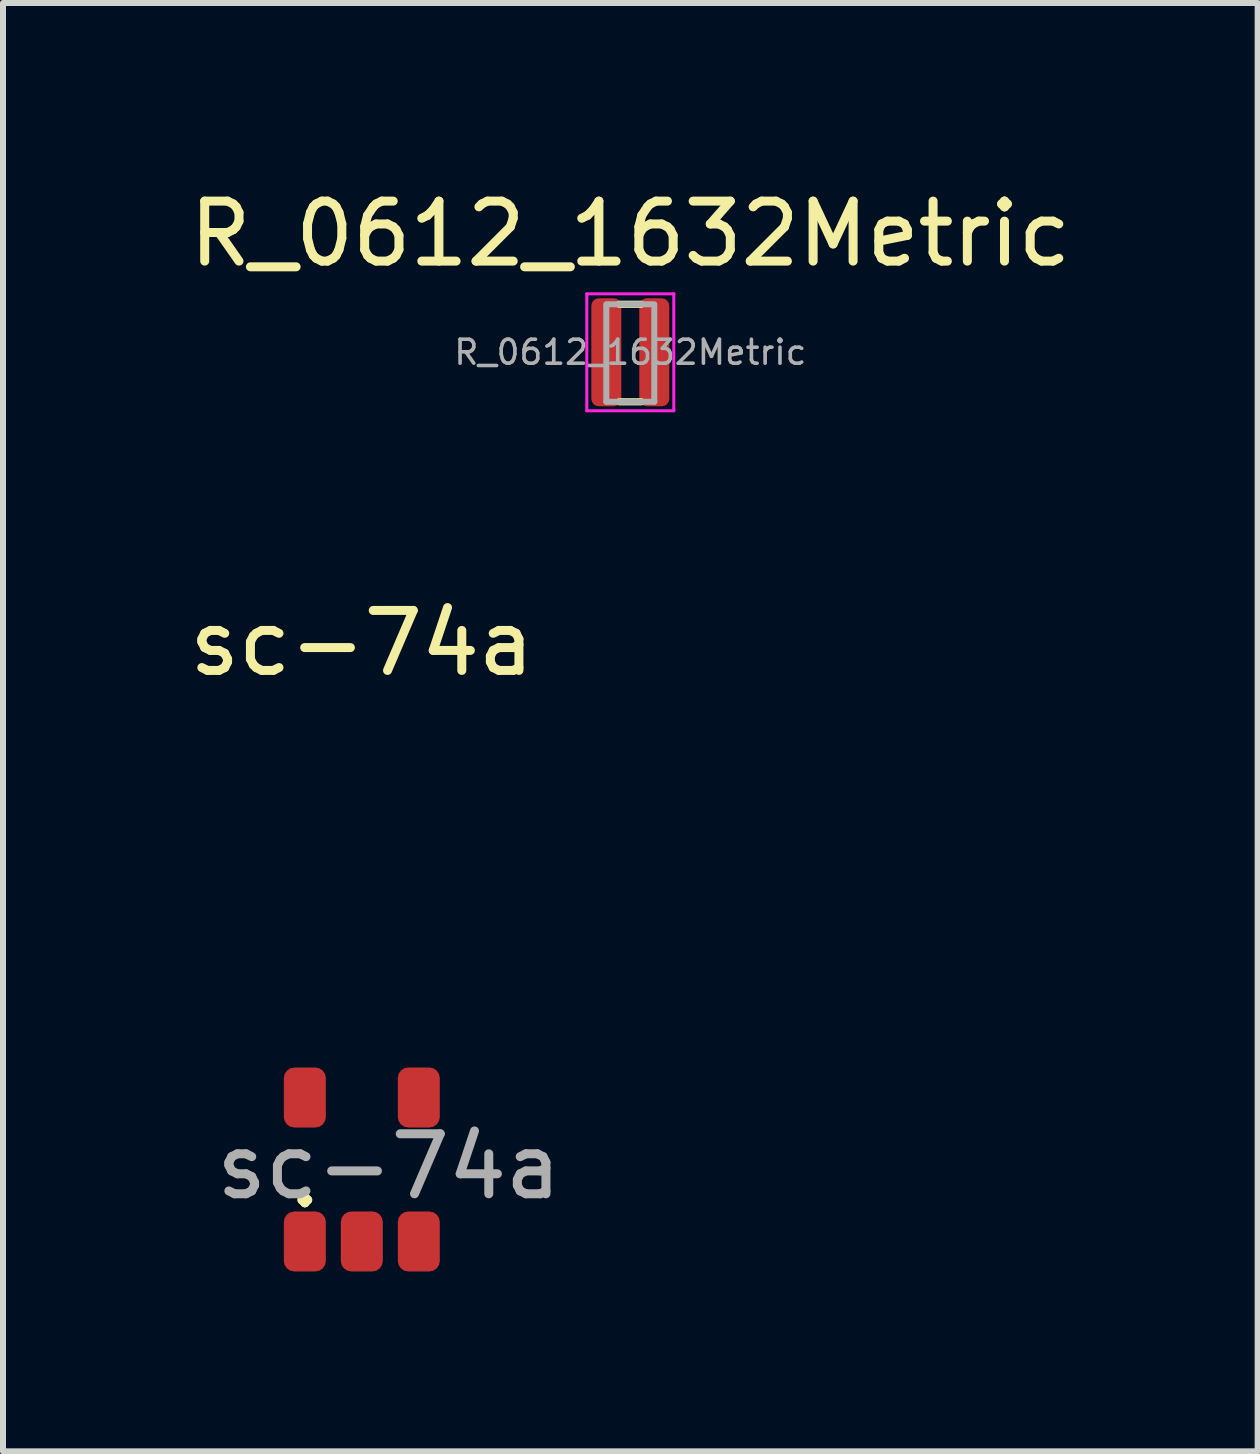
<source format=kicad_pcb>
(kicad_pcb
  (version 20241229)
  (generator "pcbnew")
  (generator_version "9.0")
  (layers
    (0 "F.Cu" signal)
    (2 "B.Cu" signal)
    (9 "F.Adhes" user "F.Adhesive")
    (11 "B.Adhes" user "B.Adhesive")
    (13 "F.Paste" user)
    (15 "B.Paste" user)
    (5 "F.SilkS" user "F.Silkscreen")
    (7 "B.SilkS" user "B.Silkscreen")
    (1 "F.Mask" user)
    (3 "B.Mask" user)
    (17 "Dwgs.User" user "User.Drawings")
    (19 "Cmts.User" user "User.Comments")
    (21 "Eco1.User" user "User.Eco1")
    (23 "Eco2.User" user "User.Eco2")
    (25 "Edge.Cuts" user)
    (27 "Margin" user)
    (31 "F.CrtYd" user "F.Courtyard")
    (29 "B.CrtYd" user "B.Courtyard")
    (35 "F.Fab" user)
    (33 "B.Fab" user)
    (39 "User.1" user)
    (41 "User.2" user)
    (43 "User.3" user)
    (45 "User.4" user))
  (footprint "sc-74a"
    (layer "F.Cu")
    (at 2.982 16.497)
    (property "Reference" "sc-74a" (at 0 -8.825 0) (unlocked yes) (layer "F.SilkS") (effects (font (size 1 1) (thickness 0.15))))
    (attr smd)
    (fp_text user "." (at -0.95 0.05 0) (unlocked yes) (layer "F.SilkS") (effects (font (size 1 1) (thickness 0.15))))
    (fp_text user "${REFERENCE}" (at 0.45 -0.1 0) (unlocked yes) (layer "F.Fab") (effects (font (size 1 1) (thickness 0.15))))
    (pad "1" smd roundrect (at -0.95 1.15) (size 0.7 1) (layers "F.Cu" "F.Mask" "F.Paste") (roundrect_rratio 0.25))
    (pad "2" smd roundrect (at 0 1.15) (size 0.7 1) (layers "F.Cu" "F.Mask" "F.Paste") (roundrect_rratio 0.25))
    (pad "3" smd roundrect (at 0.95 1.15) (size 0.7 1) (layers "F.Cu" "F.Mask" "F.Paste") (roundrect_rratio 0.25))
    (pad "4" smd roundrect (at 0.95 -1.25) (size 0.7 1) (layers "F.Cu" "F.Mask" "F.Paste") (roundrect_rratio 0.25))
    (pad "5" smd roundrect (at -0.95 -1.25) (size 0.7 1) (layers "F.Cu" "F.Mask" "F.Paste") (roundrect_rratio 0.25)))
  (footprint "R_0612_1632Metric"
    (layer "F.Cu")
    (at 7.433 2.848)
    (property "Reference" "R_0612_1632Metric" (at 0.025 -2 0) (layer "F.SilkS") (effects (font (size 1 1) (thickness 0.15))))
    (attr smd)
    (fp_line (start -0.158 -0.825) (end 0.208 -0.825) (stroke (width 0.12) (type solid)) (layer "F.SilkS"))
    (fp_line (start -0.158 0.8) (end 0.208 0.8) (stroke (width 0.12) (type solid)) (layer "F.SilkS"))
    (fp_line (start -0.7 -1) (end 0.75 -1) (stroke (width 0.05) (type solid)) (layer "F.CrtYd"))
    (fp_line (start -0.7 0.95) (end -0.7 -1) (stroke (width 0.05) (type solid)) (layer "F.CrtYd"))
    (fp_line (start -0.7 0.95) (end 0.75 0.95) (stroke (width 0.05) (type solid)) (layer "F.CrtYd"))
    (fp_line (start 0.75 0.95) (end 0.75 -1) (stroke (width 0.05) (type solid)) (layer "F.CrtYd"))
    (fp_line (start -0.375 -0.8) (end -0.375 0.8) (stroke (width 0.1) (type solid)) (layer "F.Fab"))
    (fp_line (start 0.425 -0.825) (end -0.375 -0.825) (stroke (width 0.1) (type solid)) (layer "F.Fab"))
    (fp_line (start 0.425 -0.8) (end 0.425 0.8) (stroke (width 0.1) (type solid)) (layer "F.Fab"))
    (fp_line (start 0.425 0.8) (end -0.375 0.8) (stroke (width 0.1) (type solid)) (layer "F.Fab"))
    (fp_text user "${REFERENCE}" (at 0.025 -0.025 0) (layer "F.Fab") (effects (font (size 0.4 0.4) (thickness 0.06))))
    (pad "1" smd roundrect (at -0.375 -0.025) (size 0.5 1.8) (layers "F.Cu" "F.Mask" "F.Paste") (roundrect_rratio 0.25))
    (pad "2" smd roundrect (at 0.425 -0.025) (size 0.5 1.8) (layers "F.Cu" "F.Mask" "F.Paste") (roundrect_rratio 0.25)))
  (gr_rect
    (start -3 -3)
    (end 17.917 21.146)
    (stroke (width 0.1) (type default))
    (fill no)
    (layer "Edge.Cuts")))
</source>
